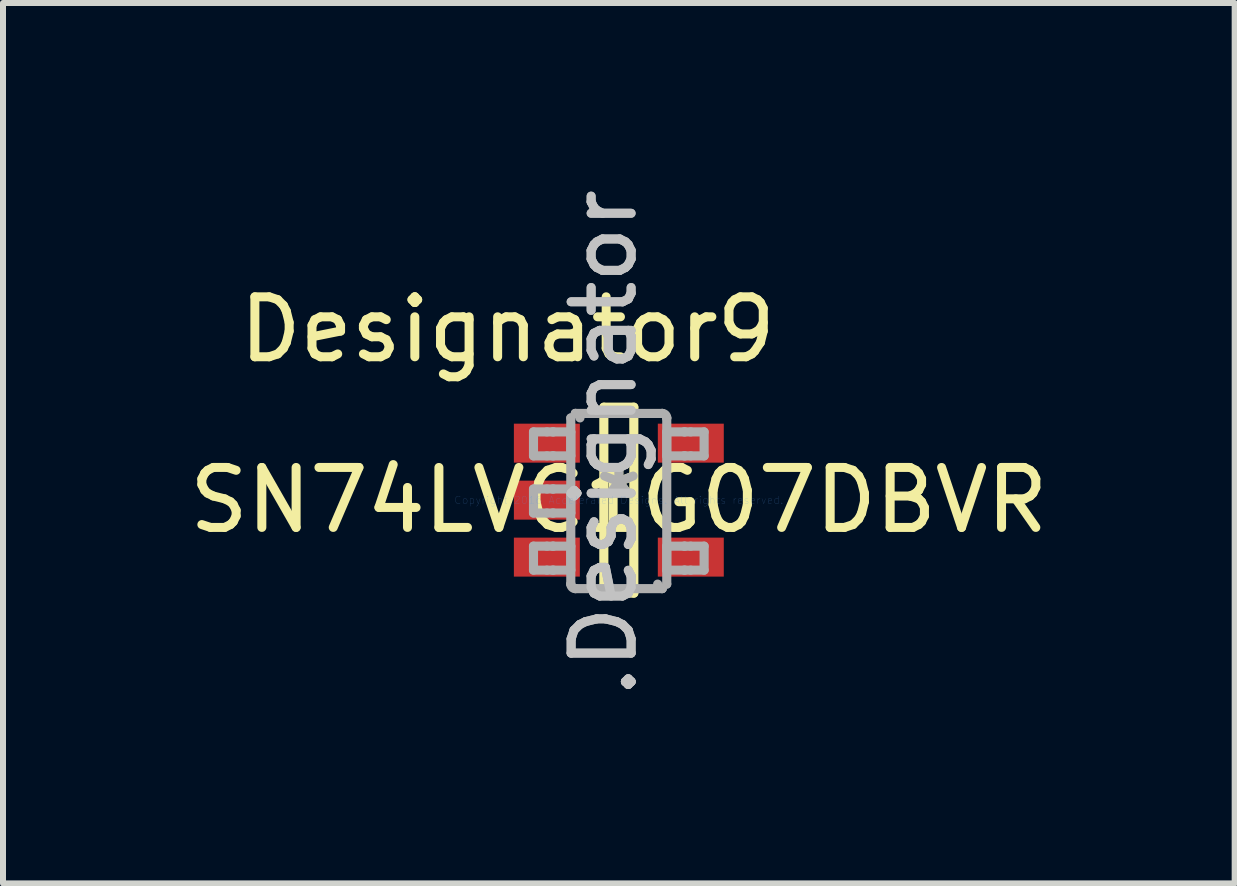
<source format=kicad_pcb>
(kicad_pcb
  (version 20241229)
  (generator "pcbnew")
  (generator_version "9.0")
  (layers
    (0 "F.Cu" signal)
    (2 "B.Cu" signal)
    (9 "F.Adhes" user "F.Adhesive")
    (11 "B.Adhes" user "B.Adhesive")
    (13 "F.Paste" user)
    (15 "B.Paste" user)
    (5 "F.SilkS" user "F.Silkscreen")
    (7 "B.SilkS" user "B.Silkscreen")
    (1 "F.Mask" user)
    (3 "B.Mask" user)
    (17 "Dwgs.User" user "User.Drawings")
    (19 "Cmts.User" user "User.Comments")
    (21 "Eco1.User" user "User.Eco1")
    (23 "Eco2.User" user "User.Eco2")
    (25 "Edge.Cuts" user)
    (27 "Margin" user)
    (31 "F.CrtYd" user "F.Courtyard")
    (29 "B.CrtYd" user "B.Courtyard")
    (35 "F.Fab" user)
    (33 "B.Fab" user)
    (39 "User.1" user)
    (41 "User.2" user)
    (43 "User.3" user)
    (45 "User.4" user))
  (footprint "SN74LVC1G07DBVR"
    (layer "F.Cu")
    (at 7.268 5.289)
    (property "Reference" "SN74LVC1G07DBVR" (at 0 0 0) (layer "F.SilkS") (effects (font (size 1 1) (thickness 0.15))))
    (attr through_hole)
    (fp_line (start -0.25 -1.55) (end 0.25 -1.55) (stroke (width 0.152) (type solid)) (layer "F.SilkS"))
    (fp_line (start -0.25 1.55) (end -0.25 -1.55) (stroke (width 0.152) (type solid)) (layer "F.SilkS"))
    (fp_line (start -0.25 1.55) (end 0.25 1.55) (stroke (width 0.152) (type solid)) (layer "F.SilkS"))
    (fp_line (start 0.25 1.55) (end 0.25 -1.55) (stroke (width 0.152) (type solid)) (layer "F.SilkS"))
    (fp_line (start -1.423 -1.138) (end -1.199 -1.138) (stroke (width 0.152) (type solid)) (layer "F.Fab"))
    (fp_line (start -1.423 -0.738) (end -1.423 -1.138) (stroke (width 0.152) (type solid)) (layer "F.Fab"))
    (fp_line (start -1.423 -0.738) (end -1.199 -0.738) (stroke (width 0.152) (type solid)) (layer "F.Fab"))
    (fp_line (start -1.423 -0.186) (end -1.199 -0.186) (stroke (width 0.152) (type solid)) (layer "F.Fab"))
    (fp_line (start -1.423 0.215) (end -1.423 -0.186) (stroke (width 0.152) (type solid)) (layer "F.Fab"))
    (fp_line (start -1.423 0.215) (end -1.199 0.215) (stroke (width 0.152) (type solid)) (layer "F.Fab"))
    (fp_line (start -1.423 0.767) (end -1.199 0.767) (stroke (width 0.152) (type solid)) (layer "F.Fab"))
    (fp_line (start -1.423 1.167) (end -1.423 0.767) (stroke (width 0.152) (type solid)) (layer "F.Fab"))
    (fp_line (start -1.423 1.167) (end -1.199 1.167) (stroke (width 0.152) (type solid)) (layer "F.Fab"))
    (fp_line (start -1.199 -1.138) (end -1.105 -1.138) (stroke (width 0.152) (type solid)) (layer "F.Fab"))
    (fp_line (start -1.199 -0.738) (end -1.105 -0.738) (stroke (width 0.152) (type solid)) (layer "F.Fab"))
    (fp_line (start -1.199 -0.186) (end -1.105 -0.186) (stroke (width 0.152) (type solid)) (layer "F.Fab"))
    (fp_line (start -1.199 0.215) (end -1.105 0.215) (stroke (width 0.152) (type solid)) (layer "F.Fab"))
    (fp_line (start -1.199 0.767) (end -1.105 0.767) (stroke (width 0.152) (type solid)) (layer "F.Fab"))
    (fp_line (start -1.199 1.167) (end -1.105 1.167) (stroke (width 0.152) (type solid)) (layer "F.Fab"))
    (fp_line (start -1.105 -1.138) (end -1.088 -1.138) (stroke (width 0.152) (type solid)) (layer "F.Fab"))
    (fp_line (start -1.105 -0.738) (end -1.088 -0.738) (stroke (width 0.152) (type solid)) (layer "F.Fab"))
    (fp_line (start -1.105 -0.186) (end -1.088 -0.186) (stroke (width 0.152) (type solid)) (layer "F.Fab"))
    (fp_line (start -1.105 0.215) (end -1.088 0.215) (stroke (width 0.152) (type solid)) (layer "F.Fab"))
    (fp_line (start -1.105 0.767) (end -1.088 0.767) (stroke (width 0.152) (type solid)) (layer "F.Fab"))
    (fp_line (start -1.105 1.167) (end -1.088 1.167) (stroke (width 0.152) (type solid)) (layer "F.Fab"))
    (fp_line (start -1.088 -1.138) (end -0.835 -1.138) (stroke (width 0.152) (type solid)) (layer "F.Fab"))
    (fp_line (start -1.088 -0.738) (end -0.835 -0.738) (stroke (width 0.152) (type solid)) (layer "F.Fab"))
    (fp_line (start -1.088 -0.186) (end -0.835 -0.186) (stroke (width 0.152) (type solid)) (layer "F.Fab"))
    (fp_line (start -1.088 0.215) (end -0.835 0.215) (stroke (width 0.152) (type solid)) (layer "F.Fab"))
    (fp_line (start -1.088 0.767) (end -0.835 0.767) (stroke (width 0.152) (type solid)) (layer "F.Fab"))
    (fp_line (start -1.088 1.167) (end -0.835 1.167) (stroke (width 0.152) (type solid)) (layer "F.Fab"))
    (fp_line (start -0.835 -1.138) (end -0.801 -1.138) (stroke (width 0.152) (type solid)) (layer "F.Fab"))
    (fp_line (start -0.835 -0.738) (end -0.801 -0.738) (stroke (width 0.152) (type solid)) (layer "F.Fab"))
    (fp_line (start -0.835 -0.186) (end -0.801 -0.186) (stroke (width 0.152) (type solid)) (layer "F.Fab"))
    (fp_line (start -0.835 0.215) (end -0.801 0.215) (stroke (width 0.152) (type solid)) (layer "F.Fab"))
    (fp_line (start -0.835 0.767) (end -0.801 0.767) (stroke (width 0.152) (type solid)) (layer "F.Fab"))
    (fp_line (start -0.835 1.167) (end -0.801 1.167) (stroke (width 0.152) (type solid)) (layer "F.Fab"))
    (fp_line (start -0.801 -1.37) (end -0.801 -1.371) (stroke (width 0.152) (type solid)) (layer "F.Fab"))
    (fp_line (start -0.801 -0.738) (end -0.801 -1.138) (stroke (width 0.152) (type solid)) (layer "F.Fab"))
    (fp_line (start -0.801 0.215) (end -0.801 -0.186) (stroke (width 0.152) (type solid)) (layer "F.Fab"))
    (fp_line (start -0.801 1.167) (end -0.801 0.767) (stroke (width 0.152) (type solid)) (layer "F.Fab"))
    (fp_line (start -0.801 1.399) (end -0.801 -1.37) (stroke (width 0.152) (type solid)) (layer "F.Fab"))
    (fp_line (start -0.801 1.4) (end -0.801 1.399) (stroke (width 0.152) (type solid)) (layer "F.Fab"))
    (fp_line (start -0.725 -1.446) (end -0.725 -1.446) (stroke (width 0.152) (type solid)) (layer "F.Fab"))
    (fp_line (start -0.725 1.475) (end -0.725 1.475) (stroke (width 0.152) (type solid)) (layer "F.Fab"))
    (fp_line (start -0.725 -1.446) (end 0.723 -1.446) (stroke (width 0.152) (type solid)) (layer "F.Fab"))
    (fp_line (start -0.725 1.475) (end 0.723 1.475) (stroke (width 0.152) (type solid)) (layer "F.Fab"))
    (fp_line (start 0.723 -1.446) (end 0.724 -1.446) (stroke (width 0.152) (type solid)) (layer "F.Fab"))
    (fp_line (start 0.723 1.475) (end 0.724 1.475) (stroke (width 0.152) (type solid)) (layer "F.Fab"))
    (fp_line (start 0.799 -1.37) (end 0.799 -1.371) (stroke (width 0.152) (type solid)) (layer "F.Fab"))
    (fp_line (start 0.799 -1.138) (end 0.834 -1.138) (stroke (width 0.152) (type solid)) (layer "F.Fab"))
    (fp_line (start 0.799 -0.738) (end 0.799 -1.138) (stroke (width 0.152) (type solid)) (layer "F.Fab"))
    (fp_line (start 0.799 -0.738) (end 0.834 -0.738) (stroke (width 0.152) (type solid)) (layer "F.Fab"))
    (fp_line (start 0.799 0.767) (end 0.834 0.767) (stroke (width 0.152) (type solid)) (layer "F.Fab"))
    (fp_line (start 0.799 1.167) (end 0.799 0.767) (stroke (width 0.152) (type solid)) (layer "F.Fab"))
    (fp_line (start 0.799 1.167) (end 0.834 1.167) (stroke (width 0.152) (type solid)) (layer "F.Fab"))
    (fp_line (start 0.799 1.399) (end 0.799 -1.37) (stroke (width 0.152) (type solid)) (layer "F.Fab"))
    (fp_line (start 0.799 1.4) (end 0.799 1.399) (stroke (width 0.152) (type solid)) (layer "F.Fab"))
    (fp_line (start 0.834 -1.138) (end 1.087 -1.138) (stroke (width 0.152) (type solid)) (layer "F.Fab"))
    (fp_line (start 0.834 -0.738) (end 1.087 -0.738) (stroke (width 0.152) (type solid)) (layer "F.Fab"))
    (fp_line (start 0.834 0.767) (end 1.087 0.767) (stroke (width 0.152) (type solid)) (layer "F.Fab"))
    (fp_line (start 0.834 1.167) (end 1.087 1.167) (stroke (width 0.152) (type solid)) (layer "F.Fab"))
    (fp_line (start 1.087 -1.138) (end 1.103 -1.138) (stroke (width 0.152) (type solid)) (layer "F.Fab"))
    (fp_line (start 1.087 -0.738) (end 1.103 -0.738) (stroke (width 0.152) (type solid)) (layer "F.Fab"))
    (fp_line (start 1.087 0.767) (end 1.103 0.767) (stroke (width 0.152) (type solid)) (layer "F.Fab"))
    (fp_line (start 1.087 1.167) (end 1.103 1.167) (stroke (width 0.152) (type solid)) (layer "F.Fab"))
    (fp_line (start 1.103 -1.138) (end 1.198 -1.138) (stroke (width 0.152) (type solid)) (layer "F.Fab"))
    (fp_line (start 1.103 -0.738) (end 1.198 -0.738) (stroke (width 0.152) (type solid)) (layer "F.Fab"))
    (fp_line (start 1.103 0.767) (end 1.198 0.767) (stroke (width 0.152) (type solid)) (layer "F.Fab"))
    (fp_line (start 1.103 1.167) (end 1.198 1.167) (stroke (width 0.152) (type solid)) (layer "F.Fab"))
    (fp_line (start 1.198 -1.138) (end 1.422 -1.138) (stroke (width 0.152) (type solid)) (layer "F.Fab"))
    (fp_line (start 1.198 -0.738) (end 1.422 -0.738) (stroke (width 0.152) (type solid)) (layer "F.Fab"))
    (fp_line (start 1.198 0.767) (end 1.422 0.767) (stroke (width 0.152) (type solid)) (layer "F.Fab"))
    (fp_line (start 1.198 1.167) (end 1.422 1.167) (stroke (width 0.152) (type solid)) (layer "F.Fab"))
    (fp_line (start 1.422 -0.738) (end 1.422 -1.138) (stroke (width 0.152) (type solid)) (layer "F.Fab"))
    (fp_line (start 1.422 1.167) (end 1.422 0.767) (stroke (width 0.152) (type solid)) (layer "F.Fab"))
    (fp_arc (start -0.724553 1.475001) (mid -0.777896 1.453214) (end -0.800733 1.400313) (stroke (width 0.1524) (type solid)) (layer "F.Fab"))
    (fp_arc (start -0.72454 -1.445999) (mid -0.671189 -1.424209) (end -0.648348 -1.3713) (stroke (width 0.1524) (type solid)) (layer "F.Fab"))
    (fp_arc (start 0.723255 -1.445999) (mid 0.776606 -1.424209) (end 0.799447 -1.3713) (stroke (width 0.1524) (type solid)) (layer "F.Fab"))
    (fp_arc (start 0.723268 1.475001) (mid 0.669925 1.453214) (end 0.647088 1.400313) (stroke (width 0.1524) (type solid)) (layer "F.Fab"))
    (fp_text user "*" (at 0 0 0) (layer "F.SilkS") (effects (font (size 1 1) (thickness 0.15))))
    (fp_text user "Designator9" (at -1.854 -2.845 0) (layer "F.SilkS") (effects (font (size 1 1) (thickness 0.15))))
    (fp_text user ".Designator" (at -0.25 -0.95 270) (layer "Dwgs.User") (effects (font (size 1 1) (thickness 0.15))))
    (fp_text user "Copyright 2016 Accelerated Designs. All rights reserved." (at 0 0 0) (layer "Cmts.User") (effects (font (size 0.127 0.127) (thickness 0.002))))
    (fp_text user ".Designator" (at -0.25 -0.95 270) (layer "F.Fab") (effects (font (size 1 1) (thickness 0.15))))
    (fp_text user "*" (at 0 0 0) (layer "F.Fab") (effects (font (size 1 1) (thickness 0.15))))
    (pad "1" smd rect (at -1.2 -0.95 90) (size 0.65 1.1) (layers "F.Cu" "F.Mask" "F.Paste"))
    (pad "2" smd rect (at -1.2 0 90) (size 0.65 1.1) (layers "F.Cu" "F.Mask" "F.Paste"))
    (pad "3" smd rect (at -1.2 0.95 90) (size 0.65 1.1) (layers "F.Cu" "F.Mask" "F.Paste"))
    (pad "4" smd rect (at 1.2 0.95 90) (size 0.65 1.1) (layers "F.Cu" "F.Mask" "F.Paste"))
    (pad "5" smd rect (at 1.2 -0.95 90) (size 0.65 1.1) (layers "F.Cu" "F.Mask" "F.Paste")))
  (gr_rect
    (start -3 -3)
    (end 17.536 11.679)
    (stroke (width 0.1) (type default))
    (fill no)
    (layer "Edge.Cuts")))
</source>
